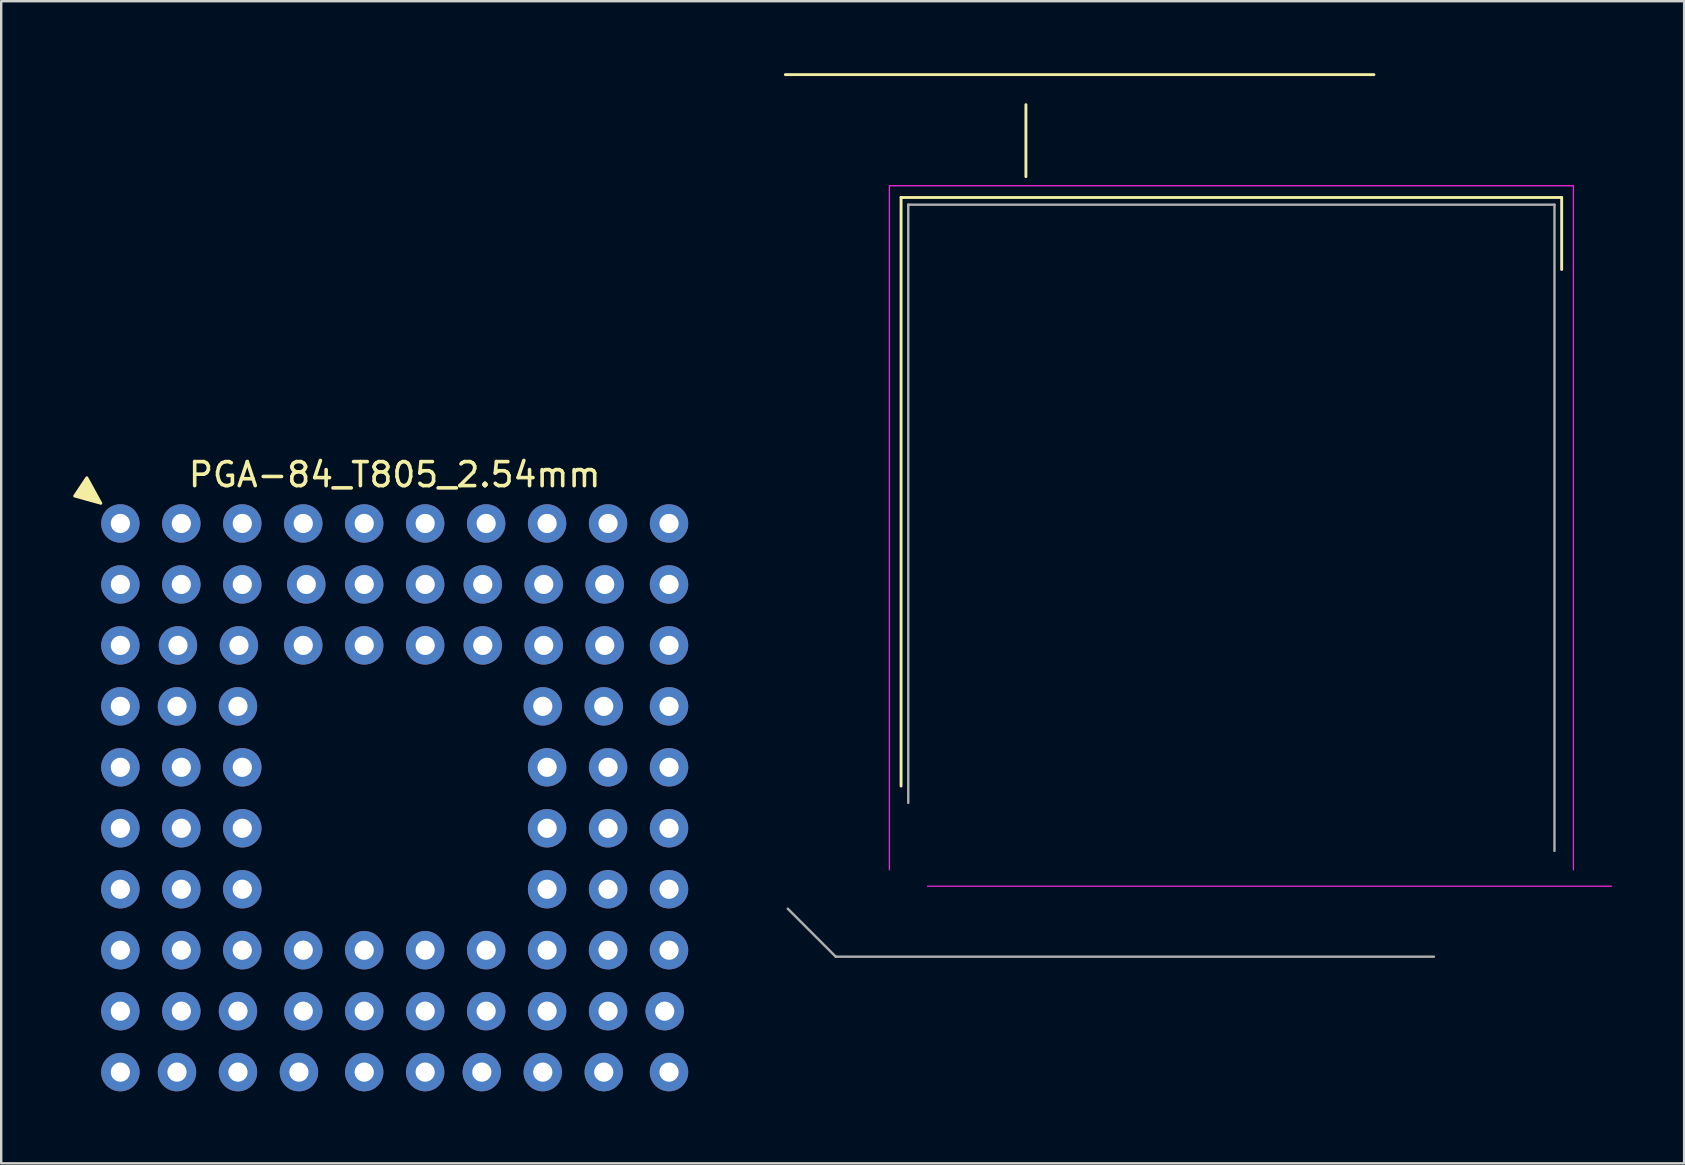
<source format=kicad_pcb>
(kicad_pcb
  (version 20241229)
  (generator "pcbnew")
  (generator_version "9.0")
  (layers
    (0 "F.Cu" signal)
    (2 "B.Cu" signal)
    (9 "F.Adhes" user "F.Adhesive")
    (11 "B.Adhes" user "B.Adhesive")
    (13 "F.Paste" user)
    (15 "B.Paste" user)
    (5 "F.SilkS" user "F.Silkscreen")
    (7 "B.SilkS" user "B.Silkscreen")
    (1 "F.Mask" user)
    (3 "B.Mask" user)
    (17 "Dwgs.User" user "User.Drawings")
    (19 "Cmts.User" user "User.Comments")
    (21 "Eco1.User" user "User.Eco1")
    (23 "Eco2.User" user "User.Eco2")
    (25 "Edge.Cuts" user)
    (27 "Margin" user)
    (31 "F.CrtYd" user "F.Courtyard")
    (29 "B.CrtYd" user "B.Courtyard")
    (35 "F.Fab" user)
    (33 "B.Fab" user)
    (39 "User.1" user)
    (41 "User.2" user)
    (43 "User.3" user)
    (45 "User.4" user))
  (footprint "PGA-84_T805_2.54mm"
    (layer "F.Cu")
    (at 13.395 30.19)
    (property "Reference" "PGA-84_T805_2.54mm" (at 0 -13.462 0) (layer "F.SilkS") (effects (font (size 1 1) (thickness 0.15))))
    (attr through_hole)
    (fp_line (start 16.276 -30.13) (end 40.8 -30.13) (stroke (width 0.12) (type solid)) (layer "F.SilkS"))
    (fp_line (start 21.098 -25.012) (end 48.622 -25.012) (stroke (width 0.12) (type solid)) (layer "F.SilkS"))
    (fp_line (start 21.098 -0.488) (end 21.098 -25.012) (stroke (width 0.12) (type solid)) (layer "F.SilkS"))
    (fp_line (start 26.3 -25.88) (end 26.3 -28.88) (stroke (width 0.12) (type solid)) (layer "F.SilkS"))
    (fp_line (start 48.622 -25.012) (end 48.622 -22.012) (stroke (width 0.12) (type solid)) (layer "F.SilkS"))
    (fp_poly (pts (xy -12.827 -13.335) (xy -13.335 -12.573) (xy -12.243 -12.27)) (stroke (width 0.12) (type solid)) (fill yes) (layer "F.SilkS"))
    (fp_line (start 20.61 -25.5) (end 49.11 -25.5) (stroke (width 0.05) (type solid)) (layer "F.CrtYd"))
    (fp_line (start 20.61 3) (end 20.61 -25.5) (stroke (width 0.05) (type solid)) (layer "F.CrtYd"))
    (fp_line (start 49.11 -25.5) (end 49.11 3) (stroke (width 0.05) (type solid)) (layer "F.CrtYd"))
    (fp_line (start 50.699 3.683) (end 22.199 3.683) (stroke (width 0.05) (type solid)) (layer "F.CrtYd"))
    (fp_line (start 16.376 4.62) (end 18.376 6.62) (stroke (width 0.1) (type solid)) (layer "F.Fab"))
    (fp_line (start 18.376 6.62) (end 43.3 6.62) (stroke (width 0.1) (type solid)) (layer "F.Fab"))
    (fp_line (start 21.398 -24.712) (end 21.398 0.212) (stroke (width 0.1) (type solid)) (layer "F.Fab"))
    (fp_line (start 48.322 -24.712) (end 21.398 -24.712) (stroke (width 0.1) (type solid)) (layer "F.Fab"))
    (fp_line (start 48.322 2.212) (end 48.322 -24.712) (stroke (width 0.1) (type solid)) (layer "F.Fab"))
    (pad "A1" thru_hole circle (at -11.43 -11.43) (size 1.6 1.6) (drill 0.8) (layers "*.Cu" "*.Mask"))
    (pad "A2" thru_hole circle (at -8.89 -11.43) (size 1.6 1.6) (drill 0.8) (layers "*.Cu" "*.Mask"))
    (pad "A3" thru_hole circle (at -6.35 -11.43) (size 1.6 1.6) (drill 0.8) (layers "*.Cu" "*.Mask"))
    (pad "A4" thru_hole circle (at -3.81 -11.43) (size 1.6 1.6) (drill 0.8) (layers "*.Cu" "*.Mask"))
    (pad "A5" thru_hole circle (at -1.27 -11.43) (size 1.6 1.6) (drill 0.8) (layers "*.Cu" "*.Mask"))
    (pad "A6" thru_hole circle (at 1.27 -11.43) (size 1.6 1.6) (drill 0.8) (layers "*.Cu" "*.Mask"))
    (pad "A7" thru_hole circle (at 3.81 -11.43) (size 1.6 1.6) (drill 0.8) (layers "*.Cu" "*.Mask"))
    (pad "A8" thru_hole circle (at 6.35 -11.43) (size 1.6 1.6) (drill 0.8) (layers "*.Cu" "*.Mask"))
    (pad "A9" thru_hole circle (at 8.89 -11.43) (size 1.6 1.6) (drill 0.8) (layers "*.Cu" "*.Mask"))
    (pad "A10" thru_hole circle (at 11.43 -11.43) (size 1.6 1.6) (drill 0.8) (layers "*.Cu" "*.Mask"))
    (pad "B1" thru_hole circle (at -11.43 -8.89) (size 1.6 1.6) (drill 0.8) (layers "*.Cu" "*.Mask"))
    (pad "B2" thru_hole circle (at -8.89 -8.89) (size 1.6 1.6) (drill 0.8) (layers "*.Cu" "*.Mask"))
    (pad "B3" thru_hole circle (at -6.35 -8.89) (size 1.6 1.6) (drill 0.8) (layers "*.Cu" "*.Mask"))
    (pad "B4" thru_hole circle (at -3.683 -8.89) (size 1.6 1.6) (drill 0.8) (layers "*.Cu" "*.Mask"))
    (pad "B5" thru_hole circle (at -1.27 -8.89) (size 1.6 1.6) (drill 0.8) (layers "*.Cu" "*.Mask"))
    (pad "B6" thru_hole circle (at 1.27 -8.89) (size 1.6 1.6) (drill 0.8) (layers "*.Cu" "*.Mask"))
    (pad "B7" thru_hole circle (at 3.67 -8.89) (size 1.6 1.6) (drill 0.8) (layers "*.Cu" "*.Mask"))
    (pad "B8" thru_hole circle (at 6.21 -8.89) (size 1.6 1.6) (drill 0.8) (layers "*.Cu" "*.Mask"))
    (pad "B9" thru_hole circle (at 8.75 -8.89) (size 1.6 1.6) (drill 0.8) (layers "*.Cu" "*.Mask"))
    (pad "B10" thru_hole circle (at 11.43 -8.89) (size 1.6 1.6) (drill 0.8) (layers "*.Cu" "*.Mask"))
    (pad "C1" thru_hole circle (at -11.43 -6.35) (size 1.6 1.6) (drill 0.8) (layers "*.Cu" "*.Mask"))
    (pad "C2" thru_hole circle (at -9.03 -6.35) (size 1.6 1.6) (drill 0.8) (layers "*.Cu" "*.Mask"))
    (pad "C3" thru_hole circle (at -6.49 -6.35) (size 1.6 1.6) (drill 0.8) (layers "*.Cu" "*.Mask"))
    (pad "C4" thru_hole circle (at -3.81 -6.35) (size 1.6 1.6) (drill 0.8) (layers "*.Cu" "*.Mask"))
    (pad "C5" thru_hole circle (at -1.27 -6.35) (size 1.6 1.6) (drill 0.8) (layers "*.Cu" "*.Mask"))
    (pad "C6" thru_hole circle (at 1.27 -6.35) (size 1.6 1.6) (drill 0.8) (layers "*.Cu" "*.Mask"))
    (pad "C7" thru_hole circle (at 3.67 -6.35) (size 1.6 1.6) (drill 0.8) (layers "*.Cu" "*.Mask"))
    (pad "C8" thru_hole circle (at 6.21 -6.35) (size 1.6 1.6) (drill 0.8) (layers "*.Cu" "*.Mask"))
    (pad "C9" thru_hole circle (at 8.75 -6.35) (size 1.6 1.6) (drill 0.8) (layers "*.Cu" "*.Mask"))
    (pad "C10" thru_hole circle (at 11.43 -6.35) (size 1.6 1.6) (drill 0.8) (layers "*.Cu" "*.Mask"))
    (pad "D1" thru_hole circle (at -11.43 -3.81) (size 1.6 1.6) (drill 0.8) (layers "*.Cu" "*.Mask"))
    (pad "D2" thru_hole circle (at -9.07 -3.81) (size 1.6 1.6) (drill 0.8) (layers "*.Cu" "*.Mask"))
    (pad "D3" thru_hole circle (at -6.53 -3.81) (size 1.6 1.6) (drill 0.8) (layers "*.Cu" "*.Mask"))
    (pad "D8" thru_hole circle (at 6.17 -3.81) (size 1.6 1.6) (drill 0.8) (layers "*.Cu" "*.Mask"))
    (pad "D9" thru_hole circle (at 8.71 -3.81) (size 1.6 1.6) (drill 0.8) (layers "*.Cu" "*.Mask"))
    (pad "D10" thru_hole circle (at 11.43 -3.81) (size 1.6 1.6) (drill 0.8) (layers "*.Cu" "*.Mask"))
    (pad "E1" thru_hole circle (at -11.43 -1.27) (size 1.6 1.6) (drill 0.8) (layers "*.Cu" "*.Mask"))
    (pad "E2" thru_hole circle (at -8.89 -1.27) (size 1.6 1.6) (drill 0.8) (layers "*.Cu" "*.Mask"))
    (pad "E3" thru_hole circle (at -6.35 -1.27) (size 1.6 1.6) (drill 0.8) (layers "*.Cu" "*.Mask"))
    (pad "E8" thru_hole circle (at 6.35 -1.27) (size 1.6 1.6) (drill 0.8) (layers "*.Cu" "*.Mask"))
    (pad "E9" thru_hole circle (at 8.89 -1.27) (size 1.6 1.6) (drill 0.8) (layers "*.Cu" "*.Mask"))
    (pad "E10" thru_hole circle (at 11.43 -1.27) (size 1.6 1.6) (drill 0.8) (layers "*.Cu" "*.Mask"))
    (pad "F1" thru_hole circle (at -11.43 1.27) (size 1.6 1.6) (drill 0.8) (layers "*.Cu" "*.Mask"))
    (pad "F2" thru_hole circle (at -8.89 1.27) (size 1.6 1.6) (drill 0.8) (layers "*.Cu" "*.Mask"))
    (pad "F3" thru_hole circle (at -6.35 1.27) (size 1.6 1.6) (drill 0.8) (layers "*.Cu" "*.Mask"))
    (pad "F8" thru_hole circle (at 6.35 1.27) (size 1.6 1.6) (drill 0.8) (layers "*.Cu" "*.Mask"))
    (pad "F9" thru_hole circle (at 8.89 1.27) (size 1.6 1.6) (drill 0.8) (layers "*.Cu" "*.Mask"))
    (pad "F10" thru_hole circle (at 11.43 1.27) (size 1.6 1.6) (drill 0.8) (layers "*.Cu" "*.Mask"))
    (pad "G1" thru_hole circle (at -11.43 3.81) (size 1.6 1.6) (drill 0.8) (layers "*.Cu" "*.Mask"))
    (pad "G2" thru_hole circle (at -8.89 3.81) (size 1.6 1.6) (drill 0.8) (layers "*.Cu" "*.Mask"))
    (pad "G3" thru_hole circle (at -6.35 3.81) (size 1.6 1.6) (drill 0.8) (layers "*.Cu" "*.Mask"))
    (pad "G8" thru_hole circle (at 6.35 3.81) (size 1.6 1.6) (drill 0.8) (layers "*.Cu" "*.Mask"))
    (pad "G9" thru_hole circle (at 8.89 3.81) (size 1.6 1.6) (drill 0.8) (layers "*.Cu" "*.Mask"))
    (pad "G10" thru_hole circle (at 11.43 3.81) (size 1.6 1.6) (drill 0.8) (layers "*.Cu" "*.Mask"))
    (pad "H1" thru_hole circle (at -11.43 6.35) (size 1.6 1.6) (drill 0.8) (layers "*.Cu" "*.Mask"))
    (pad "H2" thru_hole circle (at -8.89 6.35) (size 1.6 1.6) (drill 0.8) (layers "*.Cu" "*.Mask"))
    (pad "H3" thru_hole circle (at -6.35 6.35) (size 1.6 1.6) (drill 0.8) (layers "*.Cu" "*.Mask"))
    (pad "H4" thru_hole circle (at -3.81 6.35) (size 1.6 1.6) (drill 0.8) (layers "*.Cu" "*.Mask"))
    (pad "H5" thru_hole circle (at -1.27 6.35) (size 1.6 1.6) (drill 0.8) (layers "*.Cu" "*.Mask"))
    (pad "H6" thru_hole circle (at 1.27 6.35) (size 1.6 1.6) (drill 0.8) (layers "*.Cu" "*.Mask"))
    (pad "H7" thru_hole circle (at 3.81 6.35) (size 1.6 1.6) (drill 0.8) (layers "*.Cu" "*.Mask"))
    (pad "H8" thru_hole circle (at 6.35 6.35) (size 1.6 1.6) (drill 0.8) (layers "*.Cu" "*.Mask"))
    (pad "H9" thru_hole circle (at 8.89 6.35) (size 1.6 1.6) (drill 0.8) (layers "*.Cu" "*.Mask"))
    (pad "H10" thru_hole circle (at 11.43 6.35) (size 1.6 1.6) (drill 0.8) (layers "*.Cu" "*.Mask"))
    (pad "J1" thru_hole circle (at -11.43 8.89) (size 1.6 1.6) (drill 0.8) (layers "*.Cu" "*.Mask"))
    (pad "J2" thru_hole circle (at -8.89 8.89) (size 1.6 1.6) (drill 0.8) (layers "*.Cu" "*.Mask"))
    (pad "J3" thru_hole circle (at -6.53 8.89) (size 1.6 1.6) (drill 0.8) (layers "*.Cu" "*.Mask"))
    (pad "J4" thru_hole circle (at -3.81 8.89) (size 1.6 1.6) (drill 0.8) (layers "*.Cu" "*.Mask"))
    (pad "J5" thru_hole circle (at -1.27 8.89) (size 1.6 1.6) (drill 0.8) (layers "*.Cu" "*.Mask"))
    (pad "J6" thru_hole circle (at 1.27 8.89) (size 1.6 1.6) (drill 0.8) (layers "*.Cu" "*.Mask"))
    (pad "J7" thru_hole circle (at 3.81 8.89) (size 1.6 1.6) (drill 0.8) (layers "*.Cu" "*.Mask"))
    (pad "J8" thru_hole circle (at 6.35 8.89) (size 1.6 1.6) (drill 0.8) (layers "*.Cu" "*.Mask"))
    (pad "J9" thru_hole circle (at 8.89 8.89) (size 1.6 1.6) (drill 0.8) (layers "*.Cu" "*.Mask"))
    (pad "J10" thru_hole circle (at 11.25 8.89) (size 1.6 1.6) (drill 0.8) (layers "*.Cu" "*.Mask"))
    (pad "K1" thru_hole circle (at -11.43 11.43) (size 1.6 1.6) (drill 0.8) (layers "*.Cu" "*.Mask"))
    (pad "K2" thru_hole circle (at -9.07 11.43) (size 1.6 1.6) (drill 0.8) (layers "*.Cu" "*.Mask"))
    (pad "K3" thru_hole circle (at -6.53 11.43) (size 1.6 1.6) (drill 0.8) (layers "*.Cu" "*.Mask"))
    (pad "K4" thru_hole circle (at -3.99 11.43) (size 1.6 1.6) (drill 0.8) (layers "*.Cu" "*.Mask"))
    (pad "K5" thru_hole circle (at -1.27 11.43) (size 1.6 1.6) (drill 0.8) (layers "*.Cu" "*.Mask"))
    (pad "K6" thru_hole circle (at 1.27 11.43) (size 1.6 1.6) (drill 0.8) (layers "*.Cu" "*.Mask"))
    (pad "K7" thru_hole circle (at 3.63 11.43) (size 1.6 1.6) (drill 0.8) (layers "*.Cu" "*.Mask"))
    (pad "K8" thru_hole circle (at 6.17 11.43) (size 1.6 1.6) (drill 0.8) (layers "*.Cu" "*.Mask"))
    (pad "K9" thru_hole circle (at 8.71 11.43) (size 1.6 1.6) (drill 0.8) (layers "*.Cu" "*.Mask"))
    (pad "K10" thru_hole circle (at 11.43 11.43) (size 1.6 1.6) (drill 0.8) (layers "*.Cu" "*.Mask")))
  (gr_rect
    (start -3 -3)
    (end 67.119 45.42)
    (stroke (width 0.1) (type default))
    (fill no)
    (layer "Edge.Cuts")))
</source>
